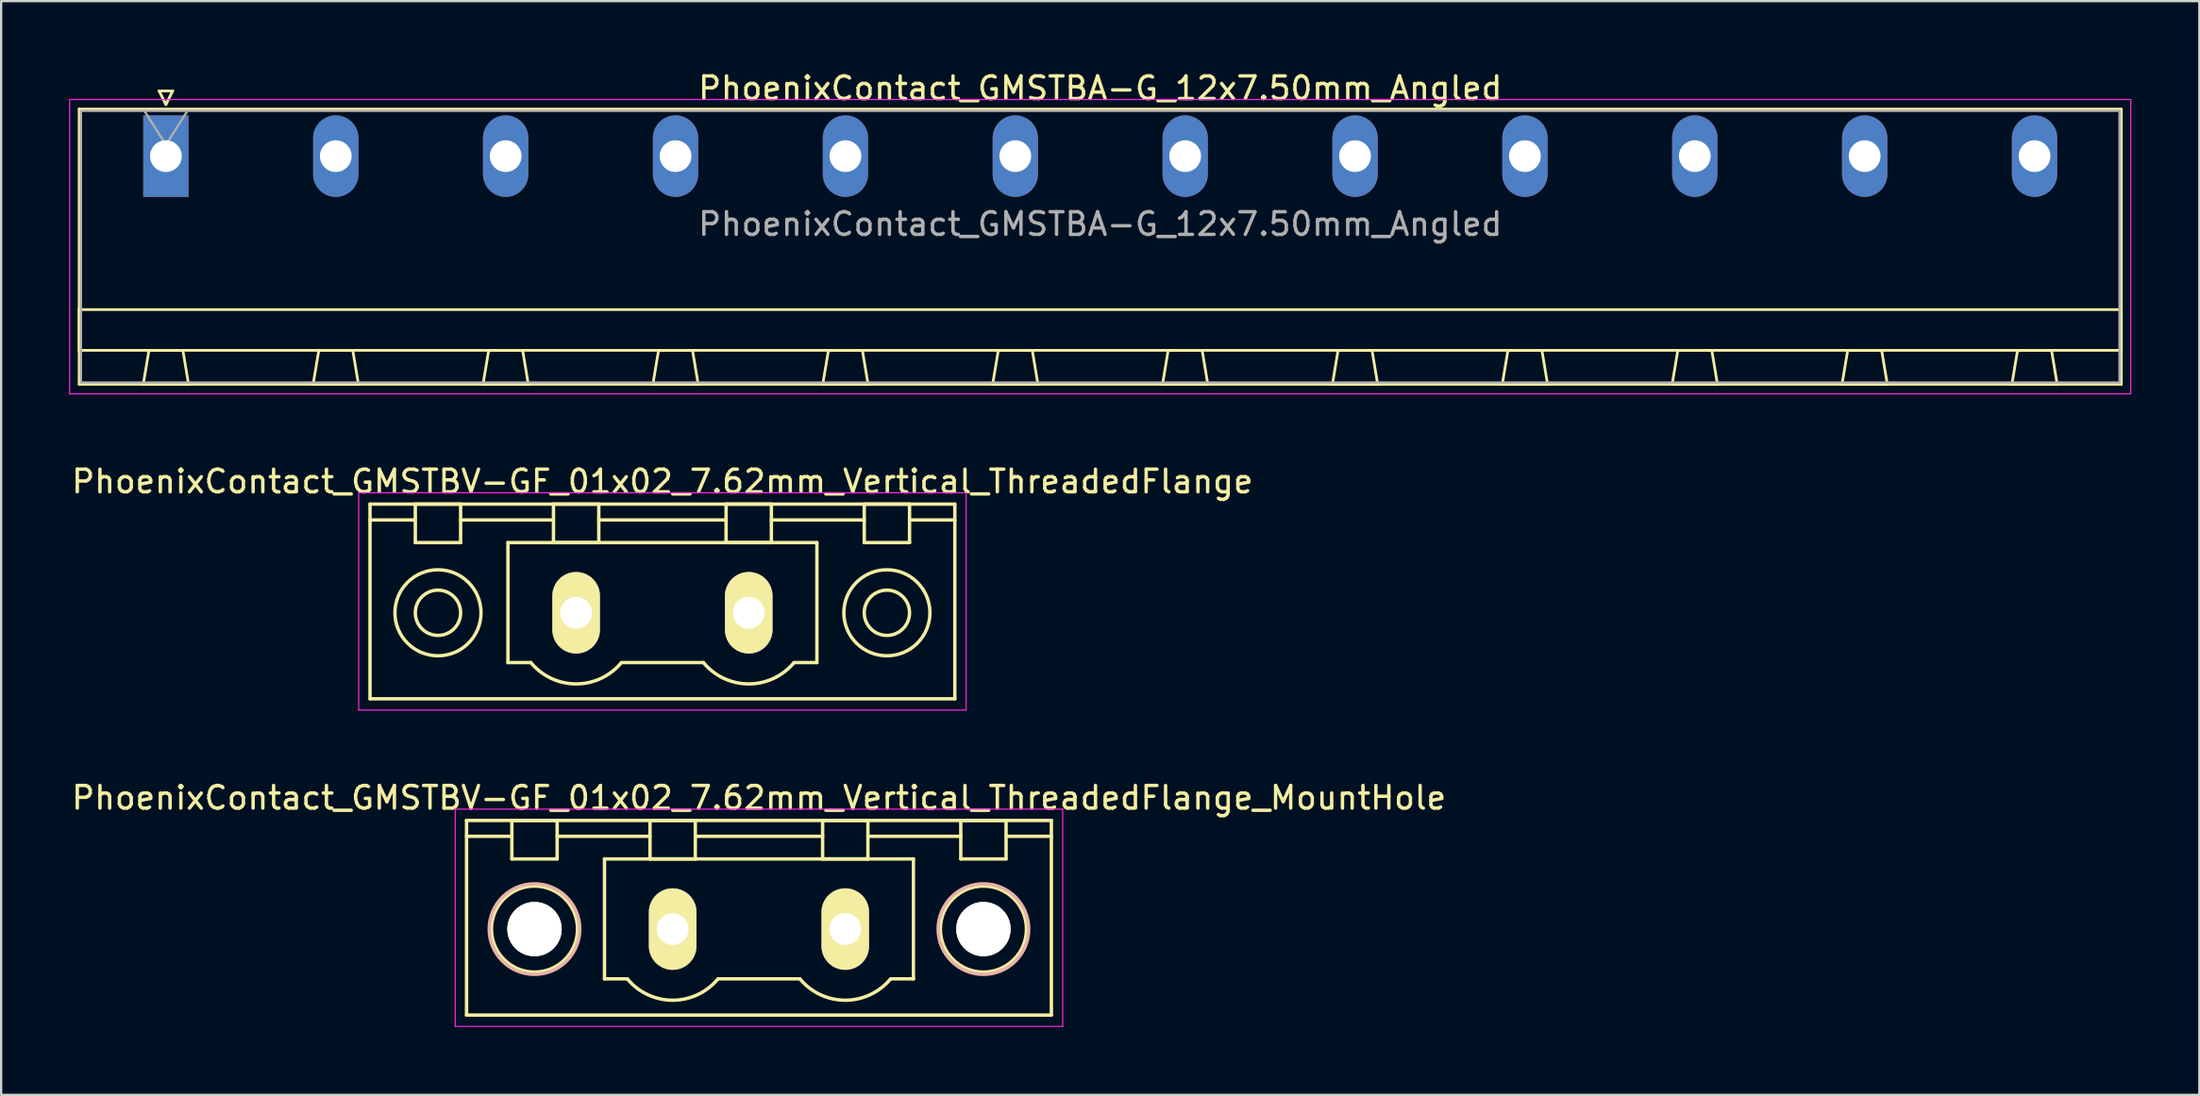
<source format=kicad_pcb>
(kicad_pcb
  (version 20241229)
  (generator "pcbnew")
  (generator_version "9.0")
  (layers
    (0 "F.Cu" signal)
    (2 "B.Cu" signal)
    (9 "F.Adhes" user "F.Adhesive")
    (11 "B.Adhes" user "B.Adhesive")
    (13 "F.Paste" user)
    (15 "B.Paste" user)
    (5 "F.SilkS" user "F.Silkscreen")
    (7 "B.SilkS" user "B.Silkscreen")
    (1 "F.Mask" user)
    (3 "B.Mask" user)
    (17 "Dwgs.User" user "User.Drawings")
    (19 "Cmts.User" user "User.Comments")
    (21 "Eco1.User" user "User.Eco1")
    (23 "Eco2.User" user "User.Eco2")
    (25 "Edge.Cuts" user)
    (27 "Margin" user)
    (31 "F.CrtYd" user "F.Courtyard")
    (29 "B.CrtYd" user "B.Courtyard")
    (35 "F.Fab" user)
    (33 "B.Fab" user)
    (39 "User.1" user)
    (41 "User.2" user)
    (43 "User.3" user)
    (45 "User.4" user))
  (footprint "PhoenixContact_GMSTBV-GF_01x02_7.62mm_Vertical_ThreadedFlange"
    (layer "F.Cu")
    (at 22.386 24.021)
    (property "Reference" "PhoenixContact_GMSTBV-GF_01x02_7.62mm_Vertical_ThreadedFlange" (at 3.81 -5.8 0) (layer "F.SilkS") (effects (font (size 1 1) (thickness 0.15))))
    (attr through_hole)
    (fp_line (start -9.1 -4.8) (end -9.1 3.8) (stroke (width 0.15) (type solid)) (layer "F.SilkS"))
    (fp_line (start -9.1 -4.1) (end -7.1 -4.1) (stroke (width 0.15) (type solid)) (layer "F.SilkS"))
    (fp_line (start -9.1 3.8) (end 16.72 3.8) (stroke (width 0.15) (type solid)) (layer "F.SilkS"))
    (fp_line (start -7.1 -4.8) (end -5.1 -4.8) (stroke (width 0.15) (type solid)) (layer "F.SilkS"))
    (fp_line (start -7.1 -3.1) (end -7.1 -4.8) (stroke (width 0.15) (type solid)) (layer "F.SilkS"))
    (fp_line (start -5.1 -4.8) (end -5.1 -3.1) (stroke (width 0.15) (type solid)) (layer "F.SilkS"))
    (fp_line (start -5.1 -4.1) (end -1 -4.1) (stroke (width 0.15) (type solid)) (layer "F.SilkS"))
    (fp_line (start -5.1 -3.1) (end -7.1 -3.1) (stroke (width 0.15) (type solid)) (layer "F.SilkS"))
    (fp_line (start -3.01 -3.1) (end 10.63 -3.1) (stroke (width 0.15) (type solid)) (layer "F.SilkS"))
    (fp_line (start -3.01 2.2) (end -3.01 -3.1) (stroke (width 0.15) (type solid)) (layer "F.SilkS"))
    (fp_line (start -2 2.2) (end -3.01 2.2) (stroke (width 0.15) (type solid)) (layer "F.SilkS"))
    (fp_line (start -1 -4.8) (end 1 -4.8) (stroke (width 0.15) (type solid)) (layer "F.SilkS"))
    (fp_line (start -1 -3.1) (end -1 -4.8) (stroke (width 0.15) (type solid)) (layer "F.SilkS"))
    (fp_line (start 1 -4.8) (end 1 -3.1) (stroke (width 0.15) (type solid)) (layer "F.SilkS"))
    (fp_line (start 1 -4.1) (end 6.62 -4.1) (stroke (width 0.15) (type solid)) (layer "F.SilkS"))
    (fp_line (start 1 -3.1) (end -1 -3.1) (stroke (width 0.15) (type solid)) (layer "F.SilkS"))
    (fp_line (start 2 2.2) (end 5.62 2.2) (stroke (width 0.15) (type solid)) (layer "F.SilkS"))
    (fp_line (start 6.62 -4.8) (end 8.62 -4.8) (stroke (width 0.15) (type solid)) (layer "F.SilkS"))
    (fp_line (start 6.62 -3.1) (end 6.62 -4.8) (stroke (width 0.15) (type solid)) (layer "F.SilkS"))
    (fp_line (start 8.62 -4.8) (end 8.62 -3.1) (stroke (width 0.15) (type solid)) (layer "F.SilkS"))
    (fp_line (start 8.62 -4.1) (end 12.72 -4.1) (stroke (width 0.15) (type solid)) (layer "F.SilkS"))
    (fp_line (start 8.62 -3.1) (end 6.62 -3.1) (stroke (width 0.15) (type solid)) (layer "F.SilkS"))
    (fp_line (start 10.63 -3.1) (end 10.63 2.2) (stroke (width 0.15) (type solid)) (layer "F.SilkS"))
    (fp_line (start 10.63 2.2) (end 9.62 2.2) (stroke (width 0.15) (type solid)) (layer "F.SilkS"))
    (fp_line (start 12.72 -4.8) (end 14.72 -4.8) (stroke (width 0.15) (type solid)) (layer "F.SilkS"))
    (fp_line (start 12.72 -3.1) (end 12.72 -4.8) (stroke (width 0.15) (type solid)) (layer "F.SilkS"))
    (fp_line (start 14.72 -4.8) (end 14.72 -3.1) (stroke (width 0.15) (type solid)) (layer "F.SilkS"))
    (fp_line (start 14.72 -3.1) (end 12.72 -3.1) (stroke (width 0.15) (type solid)) (layer "F.SilkS"))
    (fp_line (start 16.72 -4.8) (end -9.1 -4.8) (stroke (width 0.15) (type solid)) (layer "F.SilkS"))
    (fp_line (start 16.72 -4.1) (end 14.72 -4.1) (stroke (width 0.15) (type solid)) (layer "F.SilkS"))
    (fp_line (start 16.72 3.8) (end 16.72 -4.8) (stroke (width 0.15) (type solid)) (layer "F.SilkS"))
    (fp_arc (start 1.986842 2.215821) (mid -0.010289 3.142758) (end -2 2.2) (stroke (width 0.15) (type solid)) (layer "F.SilkS"))
    (fp_arc (start 9.606842 2.215821) (mid 7.609711 3.142758) (end 5.62 2.2) (stroke (width 0.15) (type solid)) (layer "F.SilkS"))
    (fp_circle (center -6.1 0) (end -5.1 0) (stroke (width 0.15) (type solid)) (fill no) (layer "F.SilkS"))
    (fp_circle (center -6.1 0) (end -4.2 0) (stroke (width 0.15) (type solid)) (fill no) (layer "F.SilkS"))
    (fp_circle (center 13.72 0) (end 14.72 0) (stroke (width 0.15) (type solid)) (fill no) (layer "F.SilkS"))
    (fp_circle (center 13.72 0) (end 15.62 0) (stroke (width 0.15) (type solid)) (fill no) (layer "F.SilkS"))
    (fp_line (start -9.6 -5.3) (end -9.6 4.3) (stroke (width 0.05) (type solid)) (layer "F.CrtYd"))
    (fp_line (start -9.6 4.3) (end 17.22 4.3) (stroke (width 0.05) (type solid)) (layer "F.CrtYd"))
    (fp_line (start 17.22 -5.3) (end -9.6 -5.3) (stroke (width 0.05) (type solid)) (layer "F.CrtYd"))
    (fp_line (start 17.22 4.3) (end 17.22 -5.3) (stroke (width 0.05) (type solid)) (layer "F.CrtYd"))
    (pad "1" thru_hole oval (at 0 0) (size 2.1 3.6) (drill 1.4) (layers "*.Cu" "*.Mask" "F.SilkS"))
    (pad "2" thru_hole oval (at 7.62 0) (size 2.1 3.6) (drill 1.4) (layers "*.Cu" "*.Mask" "F.SilkS")))
  (footprint "PhoenixContact_GMSTBA-G_12x7.50mm_Angled"
    (layer "F.Cu")
    (at 4.275 3.848)
    (property "Reference" "PhoenixContact_GMSTBA-G_12x7.50mm_Angled" (at 41.25 -3 0) (layer "F.SilkS") (effects (font (size 1 1) (thickness 0.15))))
    (attr through_hole)
    (fp_line (start -3.83 -2.08) (end -3.83 10.08) (stroke (width 0.12) (type solid)) (layer "F.SilkS"))
    (fp_line (start -3.83 6.78) (end 86.33 6.78) (stroke (width 0.12) (type solid)) (layer "F.SilkS"))
    (fp_line (start -3.83 8.58) (end -3.83 6.78) (stroke (width 0.12) (type solid)) (layer "F.SilkS"))
    (fp_line (start -3.83 10.08) (end 86.33 10.08) (stroke (width 0.12) (type solid)) (layer "F.SilkS"))
    (fp_line (start -1 10.08) (end 1 10.08) (stroke (width 0.12) (type solid)) (layer "F.SilkS"))
    (fp_line (start -0.75 8.58) (end -1 10.08) (stroke (width 0.12) (type solid)) (layer "F.SilkS"))
    (fp_line (start -0.3 -2.88) (end 0.3 -2.88) (stroke (width 0.12) (type solid)) (layer "F.SilkS"))
    (fp_line (start 0 -2.28) (end -0.3 -2.88) (stroke (width 0.12) (type solid)) (layer "F.SilkS"))
    (fp_line (start 0.3 -2.88) (end 0 -2.28) (stroke (width 0.12) (type solid)) (layer "F.SilkS"))
    (fp_line (start 0.75 8.58) (end -0.75 8.58) (stroke (width 0.12) (type solid)) (layer "F.SilkS"))
    (fp_line (start 1 10.08) (end 0.75 8.58) (stroke (width 0.12) (type solid)) (layer "F.SilkS"))
    (fp_line (start 6.5 10.08) (end 8.5 10.08) (stroke (width 0.12) (type solid)) (layer "F.SilkS"))
    (fp_line (start 6.75 8.58) (end 6.5 10.08) (stroke (width 0.12) (type solid)) (layer "F.SilkS"))
    (fp_line (start 8.25 8.58) (end 6.75 8.58) (stroke (width 0.12) (type solid)) (layer "F.SilkS"))
    (fp_line (start 8.5 10.08) (end 8.25 8.58) (stroke (width 0.12) (type solid)) (layer "F.SilkS"))
    (fp_line (start 14 10.08) (end 16 10.08) (stroke (width 0.12) (type solid)) (layer "F.SilkS"))
    (fp_line (start 14.25 8.58) (end 14 10.08) (stroke (width 0.12) (type solid)) (layer "F.SilkS"))
    (fp_line (start 15.75 8.58) (end 14.25 8.58) (stroke (width 0.12) (type solid)) (layer "F.SilkS"))
    (fp_line (start 16 10.08) (end 15.75 8.58) (stroke (width 0.12) (type solid)) (layer "F.SilkS"))
    (fp_line (start 21.5 10.08) (end 23.5 10.08) (stroke (width 0.12) (type solid)) (layer "F.SilkS"))
    (fp_line (start 21.75 8.58) (end 21.5 10.08) (stroke (width 0.12) (type solid)) (layer "F.SilkS"))
    (fp_line (start 23.25 8.58) (end 21.75 8.58) (stroke (width 0.12) (type solid)) (layer "F.SilkS"))
    (fp_line (start 23.5 10.08) (end 23.25 8.58) (stroke (width 0.12) (type solid)) (layer "F.SilkS"))
    (fp_line (start 29 10.08) (end 31 10.08) (stroke (width 0.12) (type solid)) (layer "F.SilkS"))
    (fp_line (start 29.25 8.58) (end 29 10.08) (stroke (width 0.12) (type solid)) (layer "F.SilkS"))
    (fp_line (start 30.75 8.58) (end 29.25 8.58) (stroke (width 0.12) (type solid)) (layer "F.SilkS"))
    (fp_line (start 31 10.08) (end 30.75 8.58) (stroke (width 0.12) (type solid)) (layer "F.SilkS"))
    (fp_line (start 36.5 10.08) (end 38.5 10.08) (stroke (width 0.12) (type solid)) (layer "F.SilkS"))
    (fp_line (start 36.75 8.58) (end 36.5 10.08) (stroke (width 0.12) (type solid)) (layer "F.SilkS"))
    (fp_line (start 38.25 8.58) (end 36.75 8.58) (stroke (width 0.12) (type solid)) (layer "F.SilkS"))
    (fp_line (start 38.5 10.08) (end 38.25 8.58) (stroke (width 0.12) (type solid)) (layer "F.SilkS"))
    (fp_line (start 44 10.08) (end 46 10.08) (stroke (width 0.12) (type solid)) (layer "F.SilkS"))
    (fp_line (start 44.25 8.58) (end 44 10.08) (stroke (width 0.12) (type solid)) (layer "F.SilkS"))
    (fp_line (start 45.75 8.58) (end 44.25 8.58) (stroke (width 0.12) (type solid)) (layer "F.SilkS"))
    (fp_line (start 46 10.08) (end 45.75 8.58) (stroke (width 0.12) (type solid)) (layer "F.SilkS"))
    (fp_line (start 51.5 10.08) (end 53.5 10.08) (stroke (width 0.12) (type solid)) (layer "F.SilkS"))
    (fp_line (start 51.75 8.58) (end 51.5 10.08) (stroke (width 0.12) (type solid)) (layer "F.SilkS"))
    (fp_line (start 53.25 8.58) (end 51.75 8.58) (stroke (width 0.12) (type solid)) (layer "F.SilkS"))
    (fp_line (start 53.5 10.08) (end 53.25 8.58) (stroke (width 0.12) (type solid)) (layer "F.SilkS"))
    (fp_line (start 59 10.08) (end 61 10.08) (stroke (width 0.12) (type solid)) (layer "F.SilkS"))
    (fp_line (start 59.25 8.58) (end 59 10.08) (stroke (width 0.12) (type solid)) (layer "F.SilkS"))
    (fp_line (start 60.75 8.58) (end 59.25 8.58) (stroke (width 0.12) (type solid)) (layer "F.SilkS"))
    (fp_line (start 61 10.08) (end 60.75 8.58) (stroke (width 0.12) (type solid)) (layer "F.SilkS"))
    (fp_line (start 66.5 10.08) (end 68.5 10.08) (stroke (width 0.12) (type solid)) (layer "F.SilkS"))
    (fp_line (start 66.75 8.58) (end 66.5 10.08) (stroke (width 0.12) (type solid)) (layer "F.SilkS"))
    (fp_line (start 68.25 8.58) (end 66.75 8.58) (stroke (width 0.12) (type solid)) (layer "F.SilkS"))
    (fp_line (start 68.5 10.08) (end 68.25 8.58) (stroke (width 0.12) (type solid)) (layer "F.SilkS"))
    (fp_line (start 74 10.08) (end 76 10.08) (stroke (width 0.12) (type solid)) (layer "F.SilkS"))
    (fp_line (start 74.25 8.58) (end 74 10.08) (stroke (width 0.12) (type solid)) (layer "F.SilkS"))
    (fp_line (start 75.75 8.58) (end 74.25 8.58) (stroke (width 0.12) (type solid)) (layer "F.SilkS"))
    (fp_line (start 76 10.08) (end 75.75 8.58) (stroke (width 0.12) (type solid)) (layer "F.SilkS"))
    (fp_line (start 81.5 10.08) (end 83.5 10.08) (stroke (width 0.12) (type solid)) (layer "F.SilkS"))
    (fp_line (start 81.75 8.58) (end 81.5 10.08) (stroke (width 0.12) (type solid)) (layer "F.SilkS"))
    (fp_line (start 83.25 8.58) (end 81.75 8.58) (stroke (width 0.12) (type solid)) (layer "F.SilkS"))
    (fp_line (start 83.5 10.08) (end 83.25 8.58) (stroke (width 0.12) (type solid)) (layer "F.SilkS"))
    (fp_line (start 86.33 -2.08) (end -3.83 -2.08) (stroke (width 0.12) (type solid)) (layer "F.SilkS"))
    (fp_line (start 86.33 6.78) (end 86.33 8.58) (stroke (width 0.12) (type solid)) (layer "F.SilkS"))
    (fp_line (start 86.33 8.58) (end -3.83 8.58) (stroke (width 0.12) (type solid)) (layer "F.SilkS"))
    (fp_line (start 86.33 10.08) (end 86.33 -2.08) (stroke (width 0.12) (type solid)) (layer "F.SilkS"))
    (fp_line (start -4.25 -2.5) (end -4.25 10.5) (stroke (width 0.05) (type solid)) (layer "F.CrtYd"))
    (fp_line (start -4.25 10.5) (end 86.75 10.5) (stroke (width 0.05) (type solid)) (layer "F.CrtYd"))
    (fp_line (start 86.75 -2.5) (end -4.25 -2.5) (stroke (width 0.05) (type solid)) (layer "F.CrtYd"))
    (fp_line (start 86.75 10.5) (end 86.75 -2.5) (stroke (width 0.05) (type solid)) (layer "F.CrtYd"))
    (fp_line (start -3.75 -2) (end -3.75 10) (stroke (width 0.1) (type solid)) (layer "F.Fab"))
    (fp_line (start -3.75 10) (end 86.25 10) (stroke (width 0.1) (type solid)) (layer "F.Fab"))
    (fp_line (start 0 -0.5) (end -0.95 -2) (stroke (width 0.1) (type solid)) (layer "F.Fab"))
    (fp_line (start 0.95 -2) (end 0 -0.5) (stroke (width 0.1) (type solid)) (layer "F.Fab"))
    (fp_line (start 86.25 -2) (end -3.75 -2) (stroke (width 0.1) (type solid)) (layer "F.Fab"))
    (fp_line (start 86.25 10) (end 86.25 -2) (stroke (width 0.1) (type solid)) (layer "F.Fab"))
    (fp_text user "${REFERENCE}" (at 41.25 3 0) (layer "F.Fab") (effects (font (size 1 1) (thickness 0.15))))
    (pad "1" thru_hole rect (at 0 0) (size 2 3.6) (drill 1.4) (layers "*.Cu" "*.Mask"))
    (pad "2" thru_hole oval (at 7.5 0) (size 2 3.6) (drill 1.4) (layers "*.Cu" "*.Mask"))
    (pad "3" thru_hole oval (at 15 0) (size 2 3.6) (drill 1.4) (layers "*.Cu" "*.Mask"))
    (pad "4" thru_hole oval (at 22.5 0) (size 2 3.6) (drill 1.4) (layers "*.Cu" "*.Mask"))
    (pad "5" thru_hole oval (at 30 0) (size 2 3.6) (drill 1.4) (layers "*.Cu" "*.Mask"))
    (pad "6" thru_hole oval (at 37.5 0) (size 2 3.6) (drill 1.4) (layers "*.Cu" "*.Mask"))
    (pad "7" thru_hole oval (at 45 0) (size 2 3.6) (drill 1.4) (layers "*.Cu" "*.Mask"))
    (pad "8" thru_hole oval (at 52.5 0) (size 2 3.6) (drill 1.4) (layers "*.Cu" "*.Mask"))
    (pad "9" thru_hole oval (at 60 0) (size 2 3.6) (drill 1.4) (layers "*.Cu" "*.Mask"))
    (pad "10" thru_hole oval (at 67.5 0) (size 2 3.6) (drill 1.4) (layers "*.Cu" "*.Mask"))
    (pad "11" thru_hole oval (at 75 0) (size 2 3.6) (drill 1.4) (layers "*.Cu" "*.Mask"))
    (pad "12" thru_hole oval (at 82.5 0) (size 2 3.6) (drill 1.4) (layers "*.Cu" "*.Mask")))
  (footprint "PhoenixContact_GMSTBV-GF_01x02_7.62mm_Vertical_ThreadedFlange_MountHole"
    (layer "F.Cu")
    (at 26.648 37.995)
    (property "Reference" "PhoenixContact_GMSTBV-GF_01x02_7.62mm_Vertical_ThreadedFlange_MountHole" (at 3.81 -5.8 0) (layer "F.SilkS") (effects (font (size 1 1) (thickness 0.15))))
    (attr through_hole)
    (fp_line (start -9.1 -4.8) (end -9.1 3.8) (stroke (width 0.15) (type solid)) (layer "F.SilkS"))
    (fp_line (start -9.1 -4.1) (end -7.1 -4.1) (stroke (width 0.15) (type solid)) (layer "F.SilkS"))
    (fp_line (start -9.1 3.8) (end 16.72 3.8) (stroke (width 0.15) (type solid)) (layer "F.SilkS"))
    (fp_line (start -7.1 -4.8) (end -5.1 -4.8) (stroke (width 0.15) (type solid)) (layer "F.SilkS"))
    (fp_line (start -7.1 -3.1) (end -7.1 -4.8) (stroke (width 0.15) (type solid)) (layer "F.SilkS"))
    (fp_line (start -5.1 -4.8) (end -5.1 -3.1) (stroke (width 0.15) (type solid)) (layer "F.SilkS"))
    (fp_line (start -5.1 -4.1) (end -1 -4.1) (stroke (width 0.15) (type solid)) (layer "F.SilkS"))
    (fp_line (start -5.1 -3.1) (end -7.1 -3.1) (stroke (width 0.15) (type solid)) (layer "F.SilkS"))
    (fp_line (start -3.01 -3.1) (end 10.63 -3.1) (stroke (width 0.15) (type solid)) (layer "F.SilkS"))
    (fp_line (start -3.01 2.2) (end -3.01 -3.1) (stroke (width 0.15) (type solid)) (layer "F.SilkS"))
    (fp_line (start -2 2.2) (end -3.01 2.2) (stroke (width 0.15) (type solid)) (layer "F.SilkS"))
    (fp_line (start -1 -4.8) (end 1 -4.8) (stroke (width 0.15) (type solid)) (layer "F.SilkS"))
    (fp_line (start -1 -3.1) (end -1 -4.8) (stroke (width 0.15) (type solid)) (layer "F.SilkS"))
    (fp_line (start 1 -4.8) (end 1 -3.1) (stroke (width 0.15) (type solid)) (layer "F.SilkS"))
    (fp_line (start 1 -4.1) (end 6.62 -4.1) (stroke (width 0.15) (type solid)) (layer "F.SilkS"))
    (fp_line (start 1 -3.1) (end -1 -3.1) (stroke (width 0.15) (type solid)) (layer "F.SilkS"))
    (fp_line (start 2 2.2) (end 5.62 2.2) (stroke (width 0.15) (type solid)) (layer "F.SilkS"))
    (fp_line (start 6.62 -4.8) (end 8.62 -4.8) (stroke (width 0.15) (type solid)) (layer "F.SilkS"))
    (fp_line (start 6.62 -3.1) (end 6.62 -4.8) (stroke (width 0.15) (type solid)) (layer "F.SilkS"))
    (fp_line (start 8.62 -4.8) (end 8.62 -3.1) (stroke (width 0.15) (type solid)) (layer "F.SilkS"))
    (fp_line (start 8.62 -4.1) (end 12.72 -4.1) (stroke (width 0.15) (type solid)) (layer "F.SilkS"))
    (fp_line (start 8.62 -3.1) (end 6.62 -3.1) (stroke (width 0.15) (type solid)) (layer "F.SilkS"))
    (fp_line (start 10.63 -3.1) (end 10.63 2.2) (stroke (width 0.15) (type solid)) (layer "F.SilkS"))
    (fp_line (start 10.63 2.2) (end 9.62 2.2) (stroke (width 0.15) (type solid)) (layer "F.SilkS"))
    (fp_line (start 12.72 -4.8) (end 14.72 -4.8) (stroke (width 0.15) (type solid)) (layer "F.SilkS"))
    (fp_line (start 12.72 -3.1) (end 12.72 -4.8) (stroke (width 0.15) (type solid)) (layer "F.SilkS"))
    (fp_line (start 14.72 -4.8) (end 14.72 -3.1) (stroke (width 0.15) (type solid)) (layer "F.SilkS"))
    (fp_line (start 14.72 -3.1) (end 12.72 -3.1) (stroke (width 0.15) (type solid)) (layer "F.SilkS"))
    (fp_line (start 16.72 -4.8) (end -9.1 -4.8) (stroke (width 0.15) (type solid)) (layer "F.SilkS"))
    (fp_line (start 16.72 -4.1) (end 14.72 -4.1) (stroke (width 0.15) (type solid)) (layer "F.SilkS"))
    (fp_line (start 16.72 3.8) (end 16.72 -4.8) (stroke (width 0.15) (type solid)) (layer "F.SilkS"))
    (fp_arc (start 1.986842 2.215821) (mid -0.010289 3.142758) (end -2 2.2) (stroke (width 0.15) (type solid)) (layer "F.SilkS"))
    (fp_arc (start 9.606842 2.215821) (mid 7.609711 3.142758) (end 5.62 2.2) (stroke (width 0.15) (type solid)) (layer "F.SilkS"))
    (fp_circle (center -6.1 0) (end -5.1 0) (stroke (width 0.15) (type solid)) (fill no) (layer "F.SilkS"))
    (fp_circle (center -6.1 0) (end -4.2 0) (stroke (width 0.15) (type solid)) (fill no) (layer "F.SilkS"))
    (fp_circle (center 13.72 0) (end 14.72 0) (stroke (width 0.15) (type solid)) (fill no) (layer "F.SilkS"))
    (fp_circle (center 13.72 0) (end 15.62 0) (stroke (width 0.15) (type solid)) (fill no) (layer "F.SilkS"))
    (fp_circle (center -6.1 0) (end -4.1 0) (stroke (width 0.15) (type solid)) (fill no) (layer "B.SilkS"))
    (fp_circle (center 13.72 0) (end 15.72 0) (stroke (width 0.15) (type solid)) (fill no) (layer "B.SilkS"))
    (fp_line (start -9.6 -5.3) (end -9.6 4.3) (stroke (width 0.05) (type solid)) (layer "F.CrtYd"))
    (fp_line (start -9.6 4.3) (end 17.22 4.3) (stroke (width 0.05) (type solid)) (layer "F.CrtYd"))
    (fp_line (start 17.22 -5.3) (end -9.6 -5.3) (stroke (width 0.05) (type solid)) (layer "F.CrtYd"))
    (fp_line (start 17.22 4.3) (end 17.22 -5.3) (stroke (width 0.05) (type solid)) (layer "F.CrtYd"))
    (pad "" np_thru_hole circle (at -6.1 0) (size 2.4 2.4) (drill 2.4) (layers "*.Cu" "*.Mask" "F.SilkS"))
    (pad "" np_thru_hole circle (at 13.72 0) (size 2.4 2.4) (drill 2.4) (layers "*.Cu" "*.Mask" "F.SilkS"))
    (pad "1" thru_hole oval (at 0 0) (size 2.1 3.6) (drill 1.4) (layers "*.Cu" "*.Mask" "F.SilkS"))
    (pad "2" thru_hole oval (at 7.62 0) (size 2.1 3.6) (drill 1.4) (layers "*.Cu" "*.Mask" "F.SilkS")))
  (gr_rect
    (start -3 -3)
    (end 94.05 45.32)
    (stroke (width 0.1) (type default))
    (fill no)
    (layer "Edge.Cuts")))
</source>
